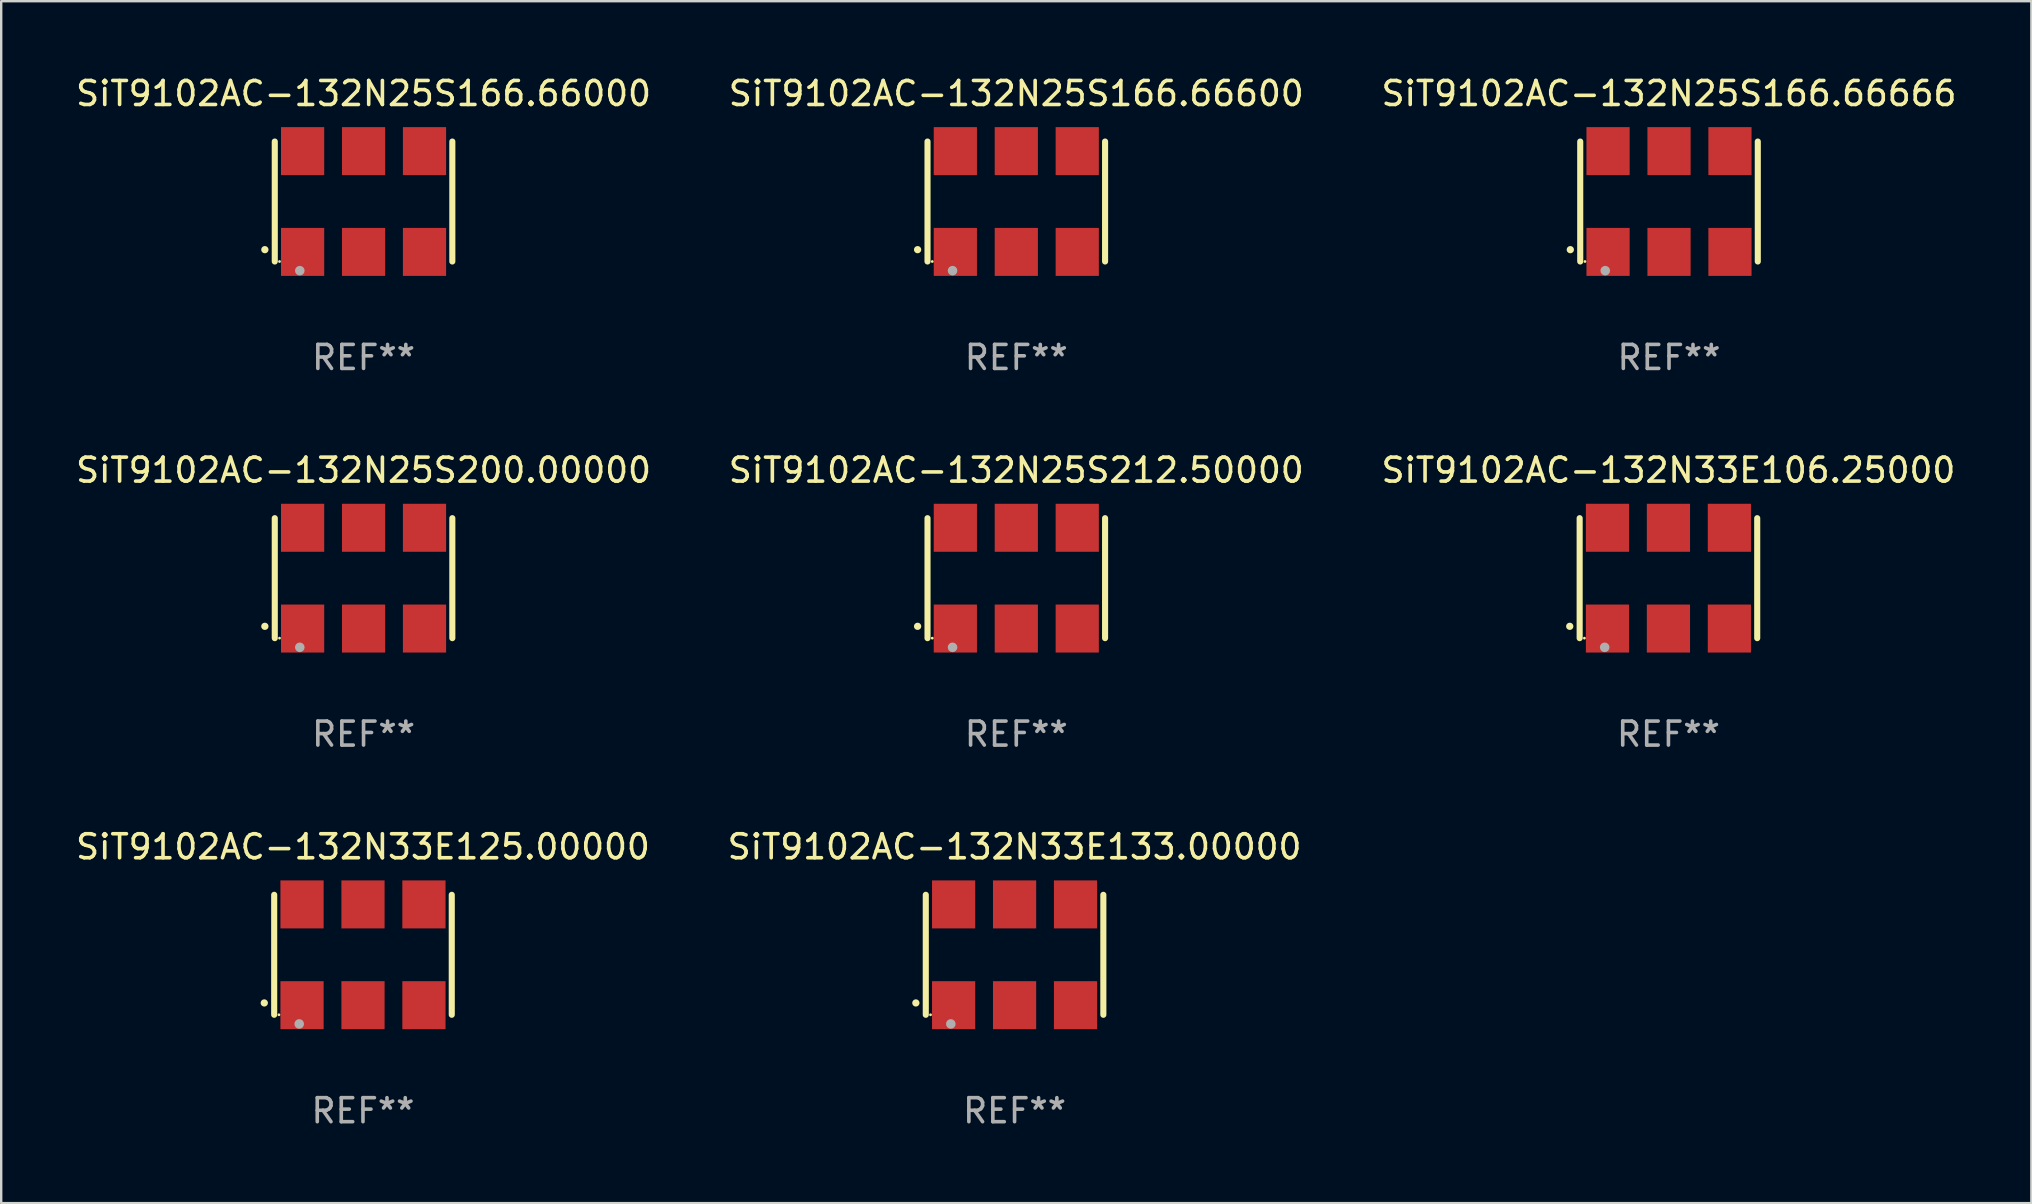
<source format=kicad_pcb>
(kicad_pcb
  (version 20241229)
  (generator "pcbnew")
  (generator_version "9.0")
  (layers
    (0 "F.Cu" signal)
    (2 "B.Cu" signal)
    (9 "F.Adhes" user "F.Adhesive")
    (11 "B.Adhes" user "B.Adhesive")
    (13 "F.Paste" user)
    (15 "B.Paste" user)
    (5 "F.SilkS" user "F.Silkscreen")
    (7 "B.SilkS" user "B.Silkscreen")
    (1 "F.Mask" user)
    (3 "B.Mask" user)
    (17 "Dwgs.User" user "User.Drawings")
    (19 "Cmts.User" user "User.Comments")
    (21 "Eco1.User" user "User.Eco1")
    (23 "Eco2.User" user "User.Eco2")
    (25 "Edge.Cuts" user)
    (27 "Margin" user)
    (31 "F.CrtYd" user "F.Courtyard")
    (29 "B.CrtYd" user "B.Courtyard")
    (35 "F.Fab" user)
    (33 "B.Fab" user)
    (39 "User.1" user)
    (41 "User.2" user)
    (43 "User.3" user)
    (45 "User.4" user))
  (footprint "SiT9102AC-132N25S166.66666"
    (layer "F.Cu")
    (at 66.506 5.348)
    (property "Reference" "SiT9102AC-132N25S166.66666" (at 0 -4.5 0) (layer "F.SilkS") (effects (font (size 1 1) (thickness 0.15))))
    (attr through_hole)
    (fp_line (start -3.7 -2.5) (end -3.7 2.5) (stroke (width 0.254) (type solid)) (layer "F.SilkS"))
    (fp_line (start 3.7 -2.5) (end 3.7 2.5) (stroke (width 0.254) (type solid)) (layer "F.SilkS"))
    (fp_arc (start -4.114415 2.006604) (mid -4.113145 2.006599) (end -4.111875 2.006604) (stroke (width 0.3) (type solid)) (layer "F.SilkS"))
    (fp_circle (center -3.502 2.5) (end -3.472 2.5) (stroke (width 0.06) (type solid)) (fill no) (layer "F.SilkS"))
    (fp_circle (center -2.657 2.882) (end -2.557 2.882) (stroke (width 0.2) (type solid)) (fill no) (layer "F.Fab"))
    (fp_text user "REF**" (at 0 6.5 0) (layer "F.Fab") (effects (font (size 1 1) (thickness 0.15))))
    (pad "1" smd rect (at -2.54 2.1) (size 1.8 2) (layers "F.Cu" "F.Mask" "F.Paste"))
    (pad "2" smd rect (at 0.000394 2.1) (size 1.8 2) (layers "F.Cu" "F.Mask" "F.Paste"))
    (pad "3" smd rect (at 2.54 2.1) (size 1.8 2) (layers "F.Cu" "F.Mask" "F.Paste"))
    (pad "4" smd rect (at 2.54 -2.1) (size 1.8 2) (layers "F.Cu" "F.Mask" "F.Paste"))
    (pad "5" smd rect (at 0.000394 -2.1) (size 1.8 2) (layers "F.Cu" "F.Mask" "F.Paste"))
    (pad "6" smd rect (at -2.54 -2.1) (size 1.8 2) (layers "F.Cu" "F.Mask" "F.Paste")))
  (footprint "SiT9102AC-132N25S212.50000"
    (layer "F.Cu")
    (at 39.304 21.045)
    (property "Reference" "SiT9102AC-132N25S212.50000" (at 0 -4.5 0) (layer "F.SilkS") (effects (font (size 1 1) (thickness 0.15))))
    (attr through_hole)
    (fp_line (start -3.7 -2.5) (end -3.7 2.5) (stroke (width 0.254) (type solid)) (layer "F.SilkS"))
    (fp_line (start 3.7 -2.5) (end 3.7 2.5) (stroke (width 0.254) (type solid)) (layer "F.SilkS"))
    (fp_arc (start -4.114415 2.006604) (mid -4.113145 2.006599) (end -4.111875 2.006604) (stroke (width 0.3) (type solid)) (layer "F.SilkS"))
    (fp_circle (center -3.502 2.5) (end -3.472 2.5) (stroke (width 0.06) (type solid)) (fill no) (layer "F.SilkS"))
    (fp_circle (center -2.657 2.882) (end -2.557 2.882) (stroke (width 0.2) (type solid)) (fill no) (layer "F.Fab"))
    (fp_text user "REF**" (at 0 6.5 0) (layer "F.Fab") (effects (font (size 1 1) (thickness 0.15))))
    (pad "1" smd rect (at -2.54 2.1) (size 1.8 2) (layers "F.Cu" "F.Mask" "F.Paste"))
    (pad "2" smd rect (at 0.000394 2.1) (size 1.8 2) (layers "F.Cu" "F.Mask" "F.Paste"))
    (pad "3" smd rect (at 2.54 2.1) (size 1.8 2) (layers "F.Cu" "F.Mask" "F.Paste"))
    (pad "4" smd rect (at 2.54 -2.1) (size 1.8 2) (layers "F.Cu" "F.Mask" "F.Paste"))
    (pad "5" smd rect (at 0.000394 -2.1) (size 1.8 2) (layers "F.Cu" "F.Mask" "F.Paste"))
    (pad "6" smd rect (at -2.54 -2.1) (size 1.8 2) (layers "F.Cu" "F.Mask" "F.Paste")))
  (footprint "SiT9102AC-132N25S166.66600"
    (layer "F.Cu")
    (at 39.304 5.348)
    (property "Reference" "SiT9102AC-132N25S166.66600" (at 0 -4.5 0) (layer "F.SilkS") (effects (font (size 1 1) (thickness 0.15))))
    (attr through_hole)
    (fp_line (start -3.7 -2.5) (end -3.7 2.5) (stroke (width 0.254) (type solid)) (layer "F.SilkS"))
    (fp_line (start 3.7 -2.5) (end 3.7 2.5) (stroke (width 0.254) (type solid)) (layer "F.SilkS"))
    (fp_arc (start -4.114415 2.006604) (mid -4.113145 2.006599) (end -4.111875 2.006604) (stroke (width 0.3) (type solid)) (layer "F.SilkS"))
    (fp_circle (center -3.502 2.5) (end -3.472 2.5) (stroke (width 0.06) (type solid)) (fill no) (layer "F.SilkS"))
    (fp_circle (center -2.657 2.882) (end -2.557 2.882) (stroke (width 0.2) (type solid)) (fill no) (layer "F.Fab"))
    (fp_text user "REF**" (at 0 6.5 0) (layer "F.Fab") (effects (font (size 1 1) (thickness 0.15))))
    (pad "1" smd rect (at -2.54 2.1) (size 1.8 2) (layers "F.Cu" "F.Mask" "F.Paste"))
    (pad "2" smd rect (at 0.000394 2.1) (size 1.8 2) (layers "F.Cu" "F.Mask" "F.Paste"))
    (pad "3" smd rect (at 2.54 2.1) (size 1.8 2) (layers "F.Cu" "F.Mask" "F.Paste"))
    (pad "4" smd rect (at 2.54 -2.1) (size 1.8 2) (layers "F.Cu" "F.Mask" "F.Paste"))
    (pad "5" smd rect (at 0.000394 -2.1) (size 1.8 2) (layers "F.Cu" "F.Mask" "F.Paste"))
    (pad "6" smd rect (at -2.54 -2.1) (size 1.8 2) (layers "F.Cu" "F.Mask" "F.Paste")))
  (footprint "SiT9102AC-132N33E106.25000"
    (layer "F.Cu")
    (at 66.482 21.045)
    (property "Reference" "SiT9102AC-132N33E106.25000" (at 0 -4.5 0) (layer "F.SilkS") (effects (font (size 1 1) (thickness 0.15))))
    (attr through_hole)
    (fp_line (start -3.7 -2.5) (end -3.7 2.5) (stroke (width 0.254) (type solid)) (layer "F.SilkS"))
    (fp_line (start 3.7 -2.5) (end 3.7 2.5) (stroke (width 0.254) (type solid)) (layer "F.SilkS"))
    (fp_arc (start -4.114415 2.006604) (mid -4.113145 2.006599) (end -4.111875 2.006604) (stroke (width 0.3) (type solid)) (layer "F.SilkS"))
    (fp_circle (center -3.502 2.5) (end -3.472 2.5) (stroke (width 0.06) (type solid)) (fill no) (layer "F.SilkS"))
    (fp_circle (center -2.657 2.882) (end -2.557 2.882) (stroke (width 0.2) (type solid)) (fill no) (layer "F.Fab"))
    (fp_text user "REF**" (at 0 6.5 0) (layer "F.Fab") (effects (font (size 1 1) (thickness 0.15))))
    (pad "1" smd rect (at -2.54 2.1) (size 1.8 2) (layers "F.Cu" "F.Mask" "F.Paste"))
    (pad "2" smd rect (at 0.000394 2.1) (size 1.8 2) (layers "F.Cu" "F.Mask" "F.Paste"))
    (pad "3" smd rect (at 2.54 2.1) (size 1.8 2) (layers "F.Cu" "F.Mask" "F.Paste"))
    (pad "4" smd rect (at 2.54 -2.1) (size 1.8 2) (layers "F.Cu" "F.Mask" "F.Paste"))
    (pad "5" smd rect (at 0.000394 -2.1) (size 1.8 2) (layers "F.Cu" "F.Mask" "F.Paste"))
    (pad "6" smd rect (at -2.54 -2.1) (size 1.8 2) (layers "F.Cu" "F.Mask" "F.Paste")))
  (footprint "SiT9102AC-132N33E133.00000"
    (layer "F.Cu")
    (at 39.232 36.741)
    (property "Reference" "SiT9102AC-132N33E133.00000" (at 0 -4.5 0) (layer "F.SilkS") (effects (font (size 1 1) (thickness 0.15))))
    (attr through_hole)
    (fp_line (start -3.7 -2.5) (end -3.7 2.5) (stroke (width 0.254) (type solid)) (layer "F.SilkS"))
    (fp_line (start 3.7 -2.5) (end 3.7 2.5) (stroke (width 0.254) (type solid)) (layer "F.SilkS"))
    (fp_arc (start -4.114415 2.006604) (mid -4.113145 2.006599) (end -4.111875 2.006604) (stroke (width 0.3) (type solid)) (layer "F.SilkS"))
    (fp_circle (center -3.502 2.5) (end -3.472 2.5) (stroke (width 0.06) (type solid)) (fill no) (layer "F.SilkS"))
    (fp_circle (center -2.657 2.882) (end -2.557 2.882) (stroke (width 0.2) (type solid)) (fill no) (layer "F.Fab"))
    (fp_text user "REF**" (at 0 6.5 0) (layer "F.Fab") (effects (font (size 1 1) (thickness 0.15))))
    (pad "1" smd rect (at -2.54 2.1) (size 1.8 2) (layers "F.Cu" "F.Mask" "F.Paste"))
    (pad "2" smd rect (at 0.000394 2.1) (size 1.8 2) (layers "F.Cu" "F.Mask" "F.Paste"))
    (pad "3" smd rect (at 2.54 2.1) (size 1.8 2) (layers "F.Cu" "F.Mask" "F.Paste"))
    (pad "4" smd rect (at 2.54 -2.1) (size 1.8 2) (layers "F.Cu" "F.Mask" "F.Paste"))
    (pad "5" smd rect (at 0.000394 -2.1) (size 1.8 2) (layers "F.Cu" "F.Mask" "F.Paste"))
    (pad "6" smd rect (at -2.54 -2.1) (size 1.8 2) (layers "F.Cu" "F.Mask" "F.Paste")))
  (footprint "SiT9102AC-132N25S166.66000"
    (layer "F.Cu")
    (at 12.101 5.348)
    (property "Reference" "SiT9102AC-132N25S166.66000" (at 0 -4.5 0) (layer "F.SilkS") (effects (font (size 1 1) (thickness 0.15))))
    (attr through_hole)
    (fp_line (start -3.7 -2.5) (end -3.7 2.5) (stroke (width 0.254) (type solid)) (layer "F.SilkS"))
    (fp_line (start 3.7 -2.5) (end 3.7 2.5) (stroke (width 0.254) (type solid)) (layer "F.SilkS"))
    (fp_arc (start -4.114415 2.006604) (mid -4.113145 2.006599) (end -4.111875 2.006604) (stroke (width 0.3) (type solid)) (layer "F.SilkS"))
    (fp_circle (center -3.502 2.5) (end -3.472 2.5) (stroke (width 0.06) (type solid)) (fill no) (layer "F.SilkS"))
    (fp_circle (center -2.657 2.882) (end -2.557 2.882) (stroke (width 0.2) (type solid)) (fill no) (layer "F.Fab"))
    (fp_text user "REF**" (at 0 6.5 0) (layer "F.Fab") (effects (font (size 1 1) (thickness 0.15))))
    (pad "1" smd rect (at -2.54 2.1) (size 1.8 2) (layers "F.Cu" "F.Mask" "F.Paste"))
    (pad "2" smd rect (at 0.000394 2.1) (size 1.8 2) (layers "F.Cu" "F.Mask" "F.Paste"))
    (pad "3" smd rect (at 2.54 2.1) (size 1.8 2) (layers "F.Cu" "F.Mask" "F.Paste"))
    (pad "4" smd rect (at 2.54 -2.1) (size 1.8 2) (layers "F.Cu" "F.Mask" "F.Paste"))
    (pad "5" smd rect (at 0.000394 -2.1) (size 1.8 2) (layers "F.Cu" "F.Mask" "F.Paste"))
    (pad "6" smd rect (at -2.54 -2.1) (size 1.8 2) (layers "F.Cu" "F.Mask" "F.Paste")))
  (footprint "SiT9102AC-132N25S200.00000"
    (layer "F.Cu")
    (at 12.101 21.045)
    (property "Reference" "SiT9102AC-132N25S200.00000" (at 0 -4.5 0) (layer "F.SilkS") (effects (font (size 1 1) (thickness 0.15))))
    (attr through_hole)
    (fp_line (start -3.7 -2.5) (end -3.7 2.5) (stroke (width 0.254) (type solid)) (layer "F.SilkS"))
    (fp_line (start 3.7 -2.5) (end 3.7 2.5) (stroke (width 0.254) (type solid)) (layer "F.SilkS"))
    (fp_arc (start -4.114415 2.006604) (mid -4.113145 2.006599) (end -4.111875 2.006604) (stroke (width 0.3) (type solid)) (layer "F.SilkS"))
    (fp_circle (center -3.502 2.5) (end -3.472 2.5) (stroke (width 0.06) (type solid)) (fill no) (layer "F.SilkS"))
    (fp_circle (center -2.657 2.882) (end -2.557 2.882) (stroke (width 0.2) (type solid)) (fill no) (layer "F.Fab"))
    (fp_text user "REF**" (at 0 6.5 0) (layer "F.Fab") (effects (font (size 1 1) (thickness 0.15))))
    (pad "1" smd rect (at -2.54 2.1) (size 1.8 2) (layers "F.Cu" "F.Mask" "F.Paste"))
    (pad "2" smd rect (at 0.000394 2.1) (size 1.8 2) (layers "F.Cu" "F.Mask" "F.Paste"))
    (pad "3" smd rect (at 2.54 2.1) (size 1.8 2) (layers "F.Cu" "F.Mask" "F.Paste"))
    (pad "4" smd rect (at 2.54 -2.1) (size 1.8 2) (layers "F.Cu" "F.Mask" "F.Paste"))
    (pad "5" smd rect (at 0.000394 -2.1) (size 1.8 2) (layers "F.Cu" "F.Mask" "F.Paste"))
    (pad "6" smd rect (at -2.54 -2.1) (size 1.8 2) (layers "F.Cu" "F.Mask" "F.Paste")))
  (footprint "SiT9102AC-132N33E125.00000"
    (layer "F.Cu")
    (at 12.077 36.741)
    (property "Reference" "SiT9102AC-132N33E125.00000" (at 0 -4.5 0) (layer "F.SilkS") (effects (font (size 1 1) (thickness 0.15))))
    (attr through_hole)
    (fp_line (start -3.7 -2.5) (end -3.7 2.5) (stroke (width 0.254) (type solid)) (layer "F.SilkS"))
    (fp_line (start 3.7 -2.5) (end 3.7 2.5) (stroke (width 0.254) (type solid)) (layer "F.SilkS"))
    (fp_arc (start -4.114415 2.006604) (mid -4.113145 2.006599) (end -4.111875 2.006604) (stroke (width 0.3) (type solid)) (layer "F.SilkS"))
    (fp_circle (center -3.502 2.5) (end -3.472 2.5) (stroke (width 0.06) (type solid)) (fill no) (layer "F.SilkS"))
    (fp_circle (center -2.657 2.882) (end -2.557 2.882) (stroke (width 0.2) (type solid)) (fill no) (layer "F.Fab"))
    (fp_text user "REF**" (at 0 6.5 0) (layer "F.Fab") (effects (font (size 1 1) (thickness 0.15))))
    (pad "1" smd rect (at -2.54 2.1) (size 1.8 2) (layers "F.Cu" "F.Mask" "F.Paste"))
    (pad "2" smd rect (at 0.000394 2.1) (size 1.8 2) (layers "F.Cu" "F.Mask" "F.Paste"))
    (pad "3" smd rect (at 2.54 2.1) (size 1.8 2) (layers "F.Cu" "F.Mask" "F.Paste"))
    (pad "4" smd rect (at 2.54 -2.1) (size 1.8 2) (layers "F.Cu" "F.Mask" "F.Paste"))
    (pad "5" smd rect (at 0.000394 -2.1) (size 1.8 2) (layers "F.Cu" "F.Mask" "F.Paste"))
    (pad "6" smd rect (at -2.54 -2.1) (size 1.8 2) (layers "F.Cu" "F.Mask" "F.Paste")))
  (gr_rect
    (start -3 -3)
    (end 81.607 47.09)
    (stroke (width 0.1) (type default))
    (fill no)
    (layer "Edge.Cuts")))
</source>
